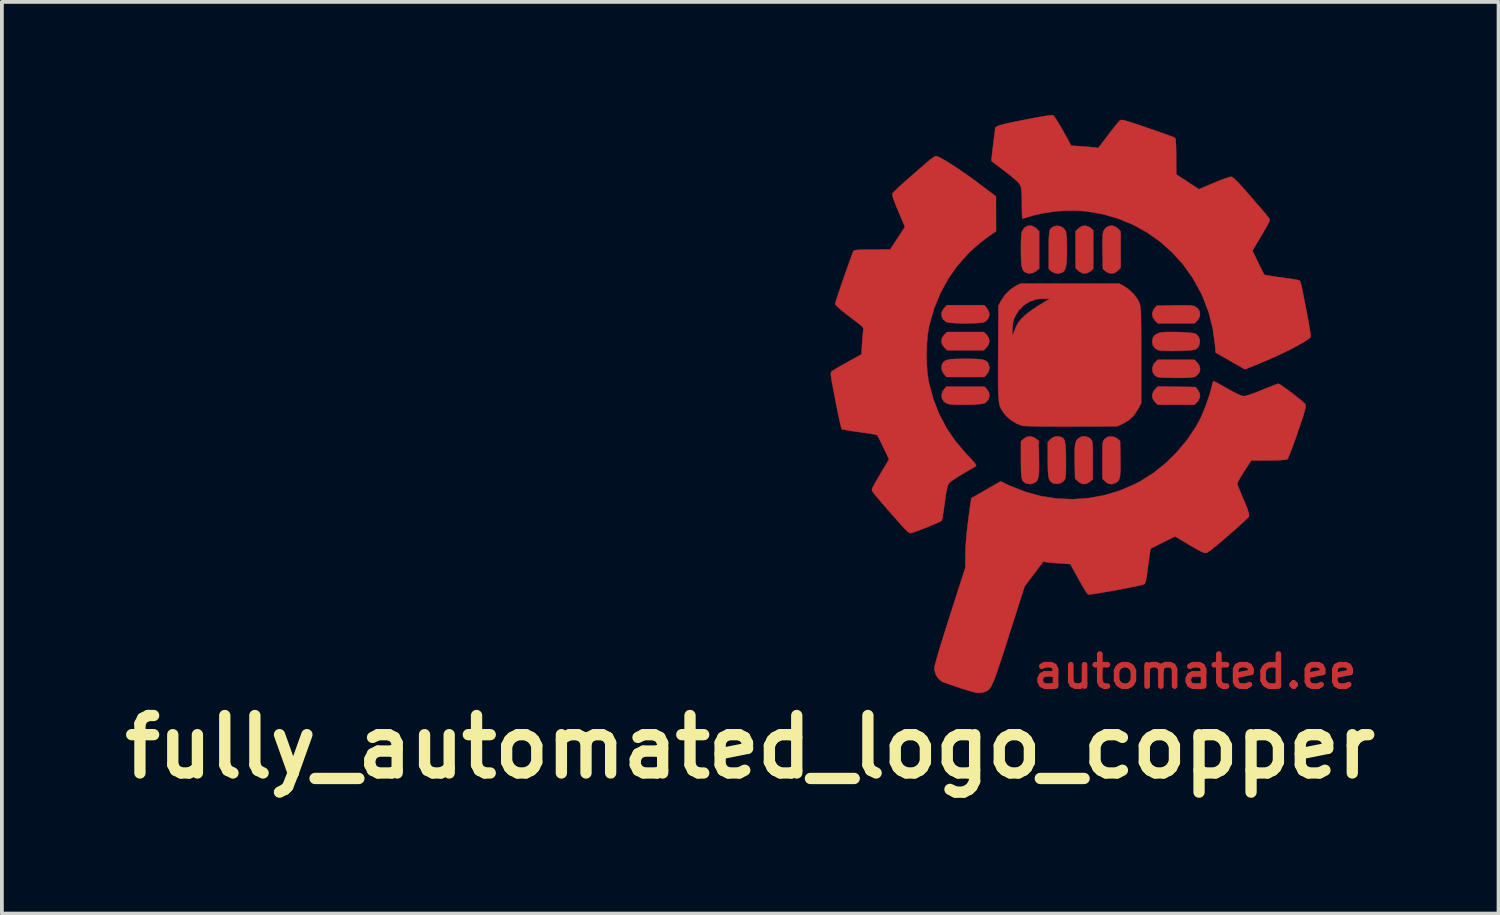
<source format=kicad_pcb>
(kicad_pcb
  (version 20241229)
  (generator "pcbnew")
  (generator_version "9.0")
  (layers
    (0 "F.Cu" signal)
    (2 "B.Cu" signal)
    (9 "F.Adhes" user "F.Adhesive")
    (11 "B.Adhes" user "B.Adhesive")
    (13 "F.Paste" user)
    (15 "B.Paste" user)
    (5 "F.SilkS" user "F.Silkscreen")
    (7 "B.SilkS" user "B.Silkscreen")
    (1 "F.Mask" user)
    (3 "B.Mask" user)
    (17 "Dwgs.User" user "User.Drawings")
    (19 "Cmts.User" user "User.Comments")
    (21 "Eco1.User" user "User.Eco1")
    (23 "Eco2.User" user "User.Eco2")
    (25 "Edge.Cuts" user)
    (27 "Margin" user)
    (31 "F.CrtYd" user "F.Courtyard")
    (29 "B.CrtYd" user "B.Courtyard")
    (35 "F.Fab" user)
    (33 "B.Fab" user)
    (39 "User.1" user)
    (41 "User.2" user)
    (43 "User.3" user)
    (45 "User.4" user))
  (footprint "fully_automated_logo_copper"
    (layer "F.Cu")
    (at 25.344 7.658)
    (property "Reference" "fully_automated_logo_copper" (at -8.5 9.1 0) (layer "F.SilkS") (effects (font (size 1.524 1.524) (thickness 0.3))))
    (attr exclude_from_pos_files exclude_from_bom)
    (fp_poly (pts (xy 0.491 -4.689) (xy 0.526 -4.663) (xy 0.597 -4.602) (xy 0.597 -3.577) (xy 0.526 -3.516) (xy 0.43 -3.462) (xy 0.329 -3.457) (xy 0.234 -3.501) (xy 0.201 -3.529) (xy 0.127 -3.603) (xy 0.127 -4.576) (xy 0.201 -4.65) (xy 0.293 -4.711) (xy 0.393 -4.724) (xy 0.491 -4.689)) (stroke (width 0.01) (type solid)) (fill yes) (layer "F.Cu"))
    (fp_poly (pts (xy 3.307 -0.445) (xy 3.368 -0.373) (xy 3.421 -0.277) (xy 3.426 -0.177) (xy 3.383 -0.081) (xy 3.355 -0.049) (xy 3.281 0.025) (xy 2.307 0.025) (xy 2.233 -0.049) (xy 2.171 -0.141) (xy 2.158 -0.238) (xy 2.194 -0.334) (xy 2.235 -0.384) (xy 2.311 -0.46) (xy 3.307 -0.445)) (stroke (width 0.01) (type solid)) (fill yes) (layer "F.Cu"))
    (fp_poly (pts (xy -2.233 -1.831) (xy -2.177 -1.756) (xy -2.159 -1.674) (xy -2.159 -1.664) (xy -2.174 -1.579) (xy -2.225 -1.505) (xy -2.233 -1.497) (xy -2.307 -1.422) (xy -3.281 -1.422) (xy -3.355 -1.497) (xy -3.411 -1.571) (xy -3.429 -1.654) (xy -3.429 -1.664) (xy -3.414 -1.748) (xy -3.363 -1.823) (xy -3.355 -1.831) (xy -3.281 -1.905) (xy -2.307 -1.905) (xy -2.233 -1.831)) (stroke (width 0.01) (type solid)) (fill yes) (layer "F.Cu"))
    (fp_poly (pts (xy 1.199 -4.688) (xy 1.247 -4.65) (xy 1.321 -4.576) (xy 1.321 -3.603) (xy 1.247 -3.529) (xy 1.155 -3.468) (xy 1.055 -3.455) (xy 0.956 -3.49) (xy 0.922 -3.516) (xy 0.851 -3.577) (xy 0.843 -4.04) (xy 0.841 -4.24) (xy 0.844 -4.392) (xy 0.85 -4.5) (xy 0.862 -4.566) (xy 0.865 -4.576) (xy 0.926 -4.666) (xy 1.009 -4.715) (xy 1.104 -4.724) (xy 1.199 -4.688)) (stroke (width 0.01) (type solid)) (fill yes) (layer "F.Cu"))
    (fp_poly (pts (xy 3.097 -2.611) (xy 3.204 -2.604) (xy 3.27 -2.593) (xy 3.281 -2.589) (xy 3.37 -2.529) (xy 3.42 -2.445) (xy 3.428 -2.35) (xy 3.393 -2.255) (xy 3.355 -2.208) (xy 3.281 -2.134) (xy 2.307 -2.134) (xy 2.233 -2.208) (xy 2.172 -2.3) (xy 2.159 -2.399) (xy 2.195 -2.498) (xy 2.22 -2.532) (xy 2.281 -2.603) (xy 2.744 -2.611) (xy 2.944 -2.613) (xy 3.097 -2.611)) (stroke (width 0.01) (type solid)) (fill yes) (layer "F.Cu"))
    (fp_poly (pts (xy -2.226 -0.39) (xy -2.169 -0.302) (xy -2.156 -0.206) (xy -2.183 -0.114) (xy -2.249 -0.039) (xy -2.3 -0.011) (xy -2.358 0.002) (xy -2.455 0.012) (xy -2.58 0.02) (xy -2.721 0.024) (xy -2.868 0.025) (xy -3.009 0.023) (xy -3.132 0.017) (xy -3.226 0.008) (xy -3.277 -0.003) (xy -3.365 -0.061) (xy -3.415 -0.144) (xy -3.425 -0.241) (xy -3.392 -0.339) (xy -3.363 -0.379) (xy -3.297 -0.457) (xy -2.293 -0.457) (xy -2.226 -0.39)) (stroke (width 0.01) (type solid)) (fill yes) (layer "F.Cu"))
    (fp_poly (pts (xy -2.225 -2.538) (xy -2.169 -2.44) (xy -2.16 -2.341) (xy -2.194 -2.251) (xy -2.27 -2.18) (xy -2.285 -2.172) (xy -2.343 -2.156) (xy -2.441 -2.144) (xy -2.566 -2.136) (xy -2.709 -2.132) (xy -2.858 -2.132) (xy -3.003 -2.136) (xy -3.132 -2.143) (xy -3.235 -2.154) (xy -3.3 -2.17) (xy -3.308 -2.173) (xy -3.388 -2.242) (xy -3.427 -2.33) (xy -3.423 -2.426) (xy -3.375 -2.519) (xy -3.355 -2.542) (xy -3.281 -2.616) (xy -2.291 -2.616) (xy -2.225 -2.538)) (stroke (width 0.01) (type solid)) (fill yes) (layer "F.Cu"))
    (fp_poly (pts (xy -2.609 -1.192) (xy -2.468 -1.187) (xy -2.363 -1.175) (xy -2.289 -1.157) (xy -2.237 -1.131) (xy -2.201 -1.094) (xy -2.185 -1.068) (xy -2.158 -0.969) (xy -2.172 -0.866) (xy -2.224 -0.78) (xy -2.226 -0.778) (xy -2.293 -0.711) (xy -3.297 -0.711) (xy -3.363 -0.789) (xy -3.417 -0.886) (xy -3.427 -0.989) (xy -3.403 -1.068) (xy -3.373 -1.111) (xy -3.332 -1.143) (xy -3.271 -1.166) (xy -3.185 -1.181) (xy -3.066 -1.19) (xy -2.907 -1.193) (xy -2.794 -1.194) (xy -2.609 -1.192)) (stroke (width 0.01) (type solid)) (fill yes) (layer "F.Cu"))
    (fp_poly (pts (xy -1.032 -4.72) (xy -0.939 -4.674) (xy -0.912 -4.65) (xy -0.838 -4.576) (xy -0.838 -3.586) (xy -0.916 -3.52) (xy -1.009 -3.469) (xy -1.111 -3.456) (xy -1.2 -3.482) (xy -1.241 -3.513) (xy -1.272 -3.556) (xy -1.294 -3.617) (xy -1.309 -3.705) (xy -1.317 -3.826) (xy -1.32 -3.987) (xy -1.321 -4.089) (xy -1.32 -4.262) (xy -1.316 -4.391) (xy -1.31 -4.484) (xy -1.299 -4.549) (xy -1.285 -4.593) (xy -1.282 -4.598) (xy -1.215 -4.681) (xy -1.128 -4.722) (xy -1.032 -4.72)) (stroke (width 0.01) (type solid)) (fill yes) (layer "F.Cu"))
    (fp_poly (pts (xy 3.355 -1.094) (xy 3.415 -1.004) (xy 3.431 -0.907) (xy 3.403 -0.816) (xy 3.332 -0.742) (xy 3.303 -0.724) (xy 3.262 -0.709) (xy 3.203 -0.699) (xy 3.118 -0.692) (xy 2.999 -0.688) (xy 2.838 -0.687) (xy 2.789 -0.687) (xy 2.641 -0.689) (xy 2.508 -0.693) (xy 2.399 -0.699) (xy 2.324 -0.705) (xy 2.295 -0.711) (xy 2.216 -0.767) (xy 2.171 -0.849) (xy 2.162 -0.944) (xy 2.191 -1.038) (xy 2.233 -1.094) (xy 2.307 -1.168) (xy 3.281 -1.168) (xy 3.355 -1.094)) (stroke (width 0.01) (type solid)) (fill yes) (layer "F.Cu"))
    (fp_poly (pts (xy -0.965 0.895) (xy -0.922 0.925) (xy -0.851 0.986) (xy -0.843 1.449) (xy -0.841 1.638) (xy -0.843 1.784) (xy -0.85 1.892) (xy -0.864 1.971) (xy -0.886 2.026) (xy -0.918 2.064) (xy -0.96 2.093) (xy -0.968 2.097) (xy -1.063 2.129) (xy -1.155 2.119) (xy -1.185 2.108) (xy -1.229 2.087) (xy -1.263 2.058) (xy -1.287 2.015) (xy -1.303 1.952) (xy -1.314 1.861) (xy -1.319 1.735) (xy -1.321 1.569) (xy -1.321 1.484) (xy -1.321 0.998) (xy -1.254 0.931) (xy -1.166 0.875) (xy -1.065 0.863) (xy -0.965 0.895)) (stroke (width 0.01) (type solid)) (fill yes) (layer "F.Cu"))
    (fp_poly (pts (xy 0.468 0.887) (xy 0.522 0.926) (xy 0.543 0.948) (xy 0.559 0.972) (xy 0.57 1.005) (xy 0.577 1.053) (xy 0.581 1.126) (xy 0.583 1.229) (xy 0.584 1.37) (xy 0.584 1.495) (xy 0.584 2.002) (xy 0.506 2.068) (xy 0.411 2.123) (xy 0.318 2.127) (xy 0.223 2.081) (xy 0.197 2.06) (xy 0.114 1.985) (xy 0.106 1.572) (xy 0.103 1.385) (xy 0.104 1.242) (xy 0.11 1.135) (xy 0.121 1.056) (xy 0.139 0.999) (xy 0.164 0.955) (xy 0.191 0.924) (xy 0.274 0.874) (xy 0.373 0.862) (xy 0.468 0.887)) (stroke (width 0.01) (type solid)) (fill yes) (layer "F.Cu"))
    (fp_poly (pts (xy 1.181 0.888) (xy 1.237 0.925) (xy 1.308 0.986) (xy 1.316 1.449) (xy 1.318 1.638) (xy 1.316 1.784) (xy 1.309 1.892) (xy 1.295 1.971) (xy 1.273 2.026) (xy 1.241 2.064) (xy 1.199 2.093) (xy 1.191 2.097) (xy 1.086 2.131) (xy 0.993 2.117) (xy 0.912 2.059) (xy 0.838 1.985) (xy 0.838 1.492) (xy 0.838 1.322) (xy 0.839 1.195) (xy 0.842 1.104) (xy 0.848 1.041) (xy 0.857 0.998) (xy 0.87 0.969) (xy 0.888 0.945) (xy 0.9 0.931) (xy 0.983 0.876) (xy 1.082 0.862) (xy 1.181 0.888)) (stroke (width 0.01) (type solid)) (fill yes) (layer "F.Cu"))
    (fp_poly (pts (xy -0.27 -4.706) (xy -0.186 -4.655) (xy -0.131 -4.573) (xy -0.13 -4.569) (xy -0.119 -4.514) (xy -0.111 -4.418) (xy -0.105 -4.291) (xy -0.102 -4.144) (xy -0.102 -4.085) (xy -0.104 -3.896) (xy -0.111 -3.752) (xy -0.126 -3.645) (xy -0.148 -3.569) (xy -0.18 -3.517) (xy -0.222 -3.483) (xy -0.225 -3.482) (xy -0.324 -3.455) (xy -0.428 -3.467) (xy -0.516 -3.516) (xy -0.517 -3.517) (xy -0.584 -3.579) (xy -0.583 -4.082) (xy -0.583 -4.263) (xy -0.58 -4.401) (xy -0.574 -4.502) (xy -0.564 -4.573) (xy -0.548 -4.622) (xy -0.524 -4.655) (xy -0.492 -4.679) (xy -0.465 -4.695) (xy -0.368 -4.721) (xy -0.27 -4.706)) (stroke (width 0.01) (type solid)) (fill yes) (layer "F.Cu"))
    (fp_poly (pts (xy 2.88 -1.902) (xy 3.018 -1.895) (xy 3.143 -1.886) (xy 3.242 -1.875) (xy 3.306 -1.861) (xy 3.319 -1.855) (xy 3.39 -1.782) (xy 3.423 -1.688) (xy 3.418 -1.589) (xy 3.376 -1.499) (xy 3.319 -1.446) (xy 3.274 -1.433) (xy 3.189 -1.422) (xy 3.073 -1.413) (xy 2.938 -1.407) (xy 2.794 -1.403) (xy 2.652 -1.402) (xy 2.52 -1.405) (xy 2.411 -1.411) (xy 2.335 -1.42) (xy 2.319 -1.424) (xy 2.228 -1.475) (xy 2.174 -1.559) (xy 2.159 -1.658) (xy 2.181 -1.761) (xy 2.245 -1.837) (xy 2.349 -1.884) (xy 2.394 -1.893) (xy 2.484 -1.901) (xy 2.602 -1.905) (xy 2.737 -1.905) (xy 2.88 -1.902)) (stroke (width 0.01) (type solid)) (fill yes) (layer "F.Cu"))
    (fp_poly (pts (xy -0.291 0.869) (xy -0.234 0.887) (xy -0.192 0.922) (xy -0.163 0.981) (xy -0.144 1.069) (xy -0.133 1.192) (xy -0.128 1.357) (xy -0.127 1.508) (xy -0.127 1.674) (xy -0.129 1.797) (xy -0.132 1.885) (xy -0.138 1.945) (xy -0.148 1.986) (xy -0.162 2.016) (xy -0.181 2.041) (xy -0.184 2.044) (xy -0.262 2.101) (xy -0.359 2.124) (xy -0.454 2.112) (xy -0.48 2.099) (xy -0.522 2.071) (xy -0.554 2.036) (xy -0.577 1.988) (xy -0.593 1.919) (xy -0.602 1.823) (xy -0.607 1.691) (xy -0.609 1.518) (xy -0.609 1.478) (xy -0.61 1.012) (xy -0.535 0.938) (xy -0.465 0.884) (xy -0.387 0.865) (xy -0.364 0.864) (xy -0.291 0.869)) (stroke (width 0.01) (type solid)) (fill yes) (layer "F.Cu"))
    (fp_poly (pts (xy 1.41 -3.12) (xy 1.541 -3.032) (xy 1.663 -2.916) (xy 1.762 -2.787) (xy 1.818 -2.679) (xy 1.829 -2.648) (xy 1.838 -2.614) (xy 1.846 -2.572) (xy 1.852 -2.517) (xy 1.857 -2.446) (xy 1.861 -2.354) (xy 1.863 -2.235) (xy 1.865 -2.086) (xy 1.866 -1.902) (xy 1.867 -1.678) (xy 1.867 -1.409) (xy 1.867 -1.283) (xy 1.867 -0.013) (xy 1.78 0.147) (xy 1.678 0.303) (xy 1.555 0.423) (xy 1.398 0.519) (xy 1.373 0.531) (xy 1.232 0.597) (xy 0.025 0.601) (xy -0.232 0.601) (xy -0.472 0.601) (xy -0.692 0.599) (xy -0.884 0.597) (xy -1.046 0.594) (xy -1.17 0.59) (xy -1.253 0.585) (xy -1.285 0.581) (xy -1.425 0.53) (xy -1.568 0.445) (xy -1.696 0.338) (xy -1.759 0.267) (xy -1.796 0.216) (xy -1.828 0.17) (xy -1.854 0.122) (xy -1.876 0.068) (xy -1.893 0.004) (xy -1.906 -0.076) (xy -1.915 -0.174) (xy -1.922 -0.297) (xy -1.926 -0.449) (xy -1.927 -0.634) (xy -1.927 -0.858) (xy -1.926 -1.123) (xy -1.925 -1.362) (xy -1.921 -1.959) (xy -1.548 -1.959) (xy -1.548 -1.791) (xy -1.499 -1.925) (xy -1.461 -2.02) (xy -1.417 -2.11) (xy -1.397 -2.147) (xy -1.313 -2.253) (xy -1.187 -2.37) (xy -1.027 -2.492) (xy -0.839 -2.615) (xy -0.812 -2.631) (xy -0.556 -2.781) (xy -0.713 -2.789) (xy -0.905 -2.774) (xy -1.085 -2.713) (xy -1.246 -2.612) (xy -1.381 -2.474) (xy -1.483 -2.304) (xy -1.512 -2.232) (xy -1.532 -2.149) (xy -1.545 -2.042) (xy -1.548 -1.959) (xy -1.921 -1.959) (xy -1.918 -2.603) (xy -1.85 -2.732) (xy -1.746 -2.886) (xy -1.613 -3.021) (xy -1.466 -3.122) (xy -1.454 -3.128) (xy -1.333 -3.188) (xy 1.283 -3.188) (xy 1.41 -3.12)) (stroke (width 0.01) (type solid)) (fill yes) (layer "F.Cu"))
    (fp_poly (pts (xy -3.563 -6.568) (xy -3.546 -6.563) (xy -3.476 -6.533) (xy -3.373 -6.477) (xy -3.242 -6.398) (xy -3.091 -6.302) (xy -2.927 -6.193) (xy -2.756 -6.074) (xy -2.584 -5.952) (xy -2.446 -5.849) (xy -1.983 -5.499) (xy -1.981 -4.573) (xy -2.051 -4.529) (xy -2.183 -4.438) (xy -2.335 -4.323) (xy -2.49 -4.195) (xy -2.634 -4.068) (xy -2.716 -3.989) (xy -3.006 -3.664) (xy -3.255 -3.309) (xy -3.463 -2.924) (xy -3.629 -2.514) (xy -3.752 -2.079) (xy -3.762 -2.032) (xy -3.795 -1.832) (xy -3.815 -1.598) (xy -3.824 -1.347) (xy -3.821 -1.093) (xy -3.805 -0.853) (xy -3.778 -0.64) (xy -3.764 -0.569) (xy -3.648 -0.136) (xy -3.492 0.267) (xy -3.295 0.643) (xy -3.054 0.996) (xy -2.768 1.33) (xy -2.746 1.353) (xy -2.64 1.464) (xy -2.568 1.545) (xy -2.525 1.6) (xy -2.509 1.634) (xy -2.515 1.651) (xy -2.515 1.652) (xy -2.728 1.776) (xy -2.899 1.879) (xy -3.032 1.961) (xy -3.13 2.026) (xy -3.195 2.075) (xy -3.232 2.111) (xy -3.235 2.114) (xy -3.256 2.153) (xy -3.276 2.215) (xy -3.296 2.306) (xy -3.317 2.433) (xy -3.34 2.602) (xy -3.345 2.633) (xy -3.365 2.779) (xy -3.384 2.907) (xy -3.401 3.009) (xy -3.415 3.076) (xy -3.423 3.1) (xy -3.46 3.122) (xy -3.534 3.156) (xy -3.636 3.2) (xy -3.754 3.249) (xy -3.878 3.299) (xy -4 3.346) (xy -4.107 3.386) (xy -4.191 3.415) (xy -4.241 3.428) (xy -4.247 3.429) (xy -4.277 3.421) (xy -4.319 3.393) (xy -4.376 3.341) (xy -4.453 3.26) (xy -4.555 3.147) (xy -4.625 3.068) (xy -4.791 2.878) (xy -4.926 2.723) (xy -5.034 2.598) (xy -5.118 2.5) (xy -5.18 2.426) (xy -5.224 2.371) (xy -5.252 2.331) (xy -5.267 2.303) (xy -5.273 2.283) (xy -5.273 2.267) (xy -5.268 2.252) (xy -5.25 2.213) (xy -5.21 2.138) (xy -5.153 2.037) (xy -5.085 1.919) (xy -5.035 1.834) (xy -4.818 1.471) (xy -4.966 1.161) (xy -5.022 1.045) (xy -5.071 0.946) (xy -5.109 0.872) (xy -5.13 0.833) (xy -5.132 0.83) (xy -5.162 0.82) (xy -5.234 0.805) (xy -5.339 0.788) (xy -5.47 0.768) (xy -5.599 0.751) (xy -5.746 0.73) (xy -5.875 0.71) (xy -5.979 0.692) (xy -6.048 0.677) (xy -6.074 0.668) (xy -6.085 0.637) (xy -6.103 0.563) (xy -6.129 0.453) (xy -6.16 0.311) (xy -6.194 0.146) (xy -6.231 -0.037) (xy -6.24 -0.087) (xy -6.281 -0.299) (xy -6.313 -0.467) (xy -6.336 -0.596) (xy -6.351 -0.692) (xy -6.359 -0.76) (xy -6.361 -0.805) (xy -6.356 -0.834) (xy -6.347 -0.852) (xy -6.344 -0.855) (xy -6.31 -0.879) (xy -6.24 -0.923) (xy -6.141 -0.982) (xy -6.023 -1.05) (xy -5.928 -1.103) (xy -5.55 -1.312) (xy -5.532 -1.602) (xy -5.524 -1.725) (xy -5.515 -1.836) (xy -5.507 -1.92) (xy -5.502 -1.96) (xy -5.5 -1.991) (xy -5.511 -2.022) (xy -5.543 -2.059) (xy -5.601 -2.109) (xy -5.692 -2.179) (xy -5.735 -2.211) (xy -5.909 -2.343) (xy -6.049 -2.454) (xy -6.154 -2.543) (xy -6.221 -2.607) (xy -6.248 -2.645) (xy -6.248 -2.648) (xy -6.24 -2.681) (xy -6.218 -2.755) (xy -6.183 -2.861) (xy -6.139 -2.992) (xy -6.089 -3.141) (xy -6.034 -3.3) (xy -5.978 -3.461) (xy -5.923 -3.618) (xy -5.872 -3.761) (xy -5.827 -3.885) (xy -5.792 -3.98) (xy -5.768 -4.041) (xy -5.76 -4.058) (xy -5.734 -4.07) (xy -5.676 -4.079) (xy -5.581 -4.086) (xy -5.445 -4.09) (xy -5.262 -4.091) (xy -5.261 -4.091) (xy -4.788 -4.093) (xy -4.397 -4.692) (xy -4.559 -5.074) (xy -4.624 -5.229) (xy -4.67 -5.346) (xy -4.702 -5.431) (xy -4.72 -5.493) (xy -4.728 -5.539) (xy -4.728 -5.577) (xy -4.727 -5.58) (xy -4.708 -5.604) (xy -4.656 -5.656) (xy -4.575 -5.732) (xy -4.472 -5.827) (xy -4.351 -5.935) (xy -4.249 -6.024) (xy -4.076 -6.175) (xy -3.937 -6.296) (xy -3.828 -6.39) (xy -3.744 -6.46) (xy -3.682 -6.51) (xy -3.637 -6.542) (xy -3.605 -6.561) (xy -3.581 -6.568) (xy -3.563 -6.568)) (stroke (width 0.01) (type solid)) (fill yes) (layer "F.Cu"))
    (fp_poly (pts (xy -0.463 -7.648) (xy -0.437 -7.619) (xy -0.391 -7.552) (xy -0.331 -7.457) (xy -0.262 -7.34) (xy -0.202 -7.234) (xy 0.014 -6.845) (xy 0.28 -6.828) (xy 0.402 -6.819) (xy 0.515 -6.81) (xy 0.603 -6.801) (xy 0.638 -6.797) (xy 0.73 -6.782) (xy 0.984 -7.119) (xy 1.073 -7.235) (xy 1.156 -7.34) (xy 1.225 -7.426) (xy 1.274 -7.484) (xy 1.292 -7.503) (xy 1.309 -7.516) (xy 1.328 -7.525) (xy 1.355 -7.527) (xy 1.395 -7.522) (xy 1.455 -7.507) (xy 1.54 -7.482) (xy 1.654 -7.445) (xy 1.805 -7.395) (xy 1.997 -7.329) (xy 2.038 -7.315) (xy 2.217 -7.254) (xy 2.381 -7.197) (xy 2.524 -7.146) (xy 2.639 -7.104) (xy 2.719 -7.074) (xy 2.76 -7.056) (xy 2.762 -7.055) (xy 2.775 -7.029) (xy 2.784 -6.971) (xy 2.79 -6.877) (xy 2.794 -6.741) (xy 2.796 -6.559) (xy 2.796 -6.556) (xy 2.798 -6.083) (xy 3.098 -5.887) (xy 3.399 -5.69) (xy 3.787 -5.855) (xy 3.922 -5.911) (xy 4.046 -5.958) (xy 4.148 -5.994) (xy 4.219 -6.016) (xy 4.245 -6.02) (xy 4.271 -6.015) (xy 4.305 -5.996) (xy 4.349 -5.96) (xy 4.408 -5.902) (xy 4.487 -5.818) (xy 4.589 -5.704) (xy 4.719 -5.555) (xy 4.73 -5.544) (xy 4.88 -5.37) (xy 5.001 -5.231) (xy 5.095 -5.122) (xy 5.166 -5.039) (xy 5.215 -4.978) (xy 5.248 -4.933) (xy 5.266 -4.902) (xy 5.274 -4.88) (xy 5.274 -4.863) (xy 5.27 -4.847) (xy 5.268 -4.842) (xy 5.25 -4.803) (xy 5.21 -4.728) (xy 5.153 -4.628) (xy 5.085 -4.51) (xy 5.034 -4.424) (xy 4.817 -4.06) (xy 4.967 -3.751) (xy 5.023 -3.636) (xy 5.072 -3.538) (xy 5.108 -3.465) (xy 5.128 -3.427) (xy 5.13 -3.424) (xy 5.159 -3.415) (xy 5.229 -3.402) (xy 5.333 -3.385) (xy 5.461 -3.366) (xy 5.575 -3.351) (xy 5.72 -3.332) (xy 5.85 -3.313) (xy 5.954 -3.296) (xy 6.024 -3.282) (xy 6.049 -3.275) (xy 6.062 -3.268) (xy 6.073 -3.26) (xy 6.083 -3.245) (xy 6.094 -3.218) (xy 6.106 -3.174) (xy 6.122 -3.108) (xy 6.142 -3.013) (xy 6.167 -2.886) (xy 6.2 -2.72) (xy 6.241 -2.51) (xy 6.247 -2.479) (xy 6.281 -2.301) (xy 6.311 -2.138) (xy 6.335 -1.996) (xy 6.352 -1.884) (xy 6.361 -1.807) (xy 6.362 -1.775) (xy 6.331 -1.739) (xy 6.259 -1.687) (xy 6.153 -1.621) (xy 6.017 -1.544) (xy 5.858 -1.46) (xy 5.682 -1.372) (xy 5.494 -1.283) (xy 5.301 -1.196) (xy 5.152 -1.133) (xy 5.001 -1.07) (xy 4.865 -1.014) (xy 4.753 -0.968) (xy 4.671 -0.935) (xy 4.626 -0.918) (xy 4.619 -0.916) (xy 4.595 -0.928) (xy 4.535 -0.962) (xy 4.445 -1.013) (xy 4.332 -1.077) (xy 4.226 -1.138) (xy 3.841 -1.359) (xy 3.824 -1.575) (xy 3.765 -2.004) (xy 3.659 -2.42) (xy 3.504 -2.829) (xy 3.443 -2.959) (xy 3.23 -3.343) (xy 2.978 -3.696) (xy 2.691 -4.014) (xy 2.373 -4.297) (xy 2.026 -4.543) (xy 1.654 -4.748) (xy 1.26 -4.911) (xy 0.847 -5.03) (xy 0.419 -5.102) (xy 0.152 -5.123) (xy -0.125 -5.123) (xy -0.416 -5.1) (xy -0.706 -5.059) (xy -0.979 -5) (xy -1.22 -4.926) (xy -1.251 -4.914) (xy -1.268 -4.911) (xy -1.28 -4.921) (xy -1.288 -4.952) (xy -1.292 -5.01) (xy -1.295 -5.103) (xy -1.296 -5.236) (xy -1.296 -5.3) (xy -1.297 -5.462) (xy -1.301 -5.583) (xy -1.308 -5.672) (xy -1.319 -5.736) (xy -1.336 -5.785) (xy -1.341 -5.796) (xy -1.372 -5.845) (xy -1.428 -5.906) (xy -1.514 -5.982) (xy -1.635 -6.08) (xy -1.74 -6.161) (xy -1.855 -6.249) (xy -1.956 -6.325) (xy -2.035 -6.386) (xy -2.087 -6.425) (xy -2.103 -6.438) (xy -2.102 -6.464) (xy -2.096 -6.532) (xy -2.085 -6.634) (xy -2.07 -6.759) (xy -2.059 -6.848) (xy -2.041 -6.987) (xy -2.026 -7.109) (xy -2.014 -7.204) (xy -2.008 -7.264) (xy -2.007 -7.279) (xy -2.003 -7.307) (xy -1.988 -7.332) (xy -1.957 -7.355) (xy -1.904 -7.378) (xy -1.826 -7.402) (xy -1.716 -7.43) (xy -1.57 -7.462) (xy -1.382 -7.5) (xy -1.225 -7.531) (xy -0.991 -7.577) (xy -0.803 -7.611) (xy -0.659 -7.635) (xy -0.556 -7.648) (xy -0.492 -7.653) (xy -0.463 -7.648)) (stroke (width 0.01) (type solid)) (fill yes) (layer "F.Cu"))
    (fp_poly (pts (xy 3.795 -0.601) (xy 3.826 -0.585) (xy 3.893 -0.549) (xy 3.988 -0.497) (xy 4.101 -0.433) (xy 4.165 -0.397) (xy 4.317 -0.313) (xy 4.433 -0.255) (xy 4.518 -0.22) (xy 4.58 -0.205) (xy 4.597 -0.204) (xy 4.654 -0.214) (xy 4.749 -0.243) (xy 4.873 -0.287) (xy 5.018 -0.344) (xy 5.078 -0.369) (xy 5.211 -0.424) (xy 5.329 -0.471) (xy 5.423 -0.507) (xy 5.485 -0.528) (xy 5.505 -0.533) (xy 5.538 -0.518) (xy 5.603 -0.477) (xy 5.689 -0.416) (xy 5.79 -0.342) (xy 5.897 -0.262) (xy 6.001 -0.18) (xy 6.094 -0.105) (xy 6.167 -0.042) (xy 6.213 0.003) (xy 6.223 0.015) (xy 6.23 0.037) (xy 6.229 0.071) (xy 6.22 0.122) (xy 6.201 0.196) (xy 6.171 0.298) (xy 6.127 0.434) (xy 6.068 0.608) (xy 6.019 0.752) (xy 5.957 0.93) (xy 5.899 1.093) (xy 5.846 1.234) (xy 5.802 1.347) (xy 5.768 1.427) (xy 5.747 1.465) (xy 5.745 1.467) (xy 5.71 1.48) (xy 5.64 1.489) (xy 5.529 1.495) (xy 5.374 1.499) (xy 5.247 1.5) (xy 4.788 1.501) (xy 4.597 1.794) (xy 4.528 1.903) (xy 4.472 1.999) (xy 4.432 2.074) (xy 4.415 2.117) (xy 4.414 2.123) (xy 4.427 2.158) (xy 4.455 2.231) (xy 4.497 2.332) (xy 4.547 2.452) (xy 4.571 2.509) (xy 4.634 2.66) (xy 4.679 2.772) (xy 4.708 2.855) (xy 4.724 2.916) (xy 4.729 2.962) (xy 4.727 2.988) (xy 4.708 3.011) (xy 4.655 3.063) (xy 4.574 3.14) (xy 4.469 3.235) (xy 4.344 3.346) (xy 4.207 3.467) (xy 4.188 3.483) (xy 3.997 3.648) (xy 3.842 3.777) (xy 3.722 3.872) (xy 3.638 3.931) (xy 3.589 3.956) (xy 3.585 3.957) (xy 3.54 3.95) (xy 3.467 3.921) (xy 3.363 3.868) (xy 3.223 3.789) (xy 3.141 3.74) (xy 2.765 3.516) (xy 2.447 3.674) (xy 2.332 3.731) (xy 2.233 3.781) (xy 2.16 3.819) (xy 2.122 3.84) (xy 2.118 3.842) (xy 2.112 3.87) (xy 2.1 3.939) (xy 2.085 4.041) (xy 2.068 4.167) (xy 2.057 4.244) (xy 2.035 4.419) (xy 2.017 4.551) (xy 2.002 4.645) (xy 1.988 4.709) (xy 1.975 4.749) (xy 1.961 4.772) (xy 1.944 4.784) (xy 1.935 4.788) (xy 1.883 4.803) (xy 1.793 4.825) (xy 1.672 4.85) (xy 1.527 4.879) (xy 1.367 4.91) (xy 1.2 4.941) (xy 1.032 4.971) (xy 0.873 4.999) (xy 0.729 5.023) (xy 0.608 5.041) (xy 0.518 5.053) (xy 0.468 5.057) (xy 0.46 5.056) (xy 0.435 5.027) (xy 0.391 4.961) (xy 0.332 4.866) (xy 0.264 4.749) (xy 0.203 4.641) (xy -0.013 4.249) (xy -0.279 4.231) (xy -0.402 4.223) (xy -0.515 4.213) (xy -0.603 4.205) (xy -0.638 4.2) (xy -0.729 4.186) (xy -0.977 4.513) (xy -1.224 4.841) (xy -1.641 6.147) (xy -1.737 6.447) (xy -1.819 6.702) (xy -1.89 6.917) (xy -1.949 7.094) (xy -2.001 7.238) (xy -2.045 7.353) (xy -2.084 7.441) (xy -2.119 7.508) (xy -2.152 7.556) (xy -2.186 7.59) (xy -2.22 7.613) (xy -2.258 7.63) (xy -2.301 7.643) (xy -2.31 7.646) (xy -2.366 7.659) (xy -2.419 7.665) (xy -2.478 7.662) (xy -2.551 7.649) (xy -2.647 7.624) (xy -2.773 7.586) (xy -2.939 7.533) (xy -2.945 7.531) (xy -3.087 7.484) (xy -3.215 7.44) (xy -3.322 7.402) (xy -3.396 7.374) (xy -3.425 7.361) (xy -3.51 7.29) (xy -3.576 7.187) (xy -3.611 7.069) (xy -3.615 7.014) (xy -3.608 6.961) (xy -3.586 6.867) (xy -3.548 6.73) (xy -3.496 6.55) (xy -3.428 6.326) (xy -3.344 6.056) (xy -3.243 5.74) (xy -3.204 5.617) (xy -2.794 4.339) (xy -2.794 4.003) (xy -2.787 3.777) (xy -2.767 3.509) (xy -2.732 3.195) (xy -2.718 3.087) (xy -2.697 2.922) (xy -2.677 2.775) (xy -2.66 2.652) (xy -2.646 2.562) (xy -2.638 2.511) (xy -2.636 2.502) (xy -2.613 2.489) (xy -2.553 2.454) (xy -2.463 2.402) (xy -2.351 2.338) (xy -2.246 2.277) (xy -1.862 2.057) (xy -1.623 2.169) (xy -1.217 2.331) (xy -0.8 2.446) (xy -0.375 2.512) (xy 0.052 2.53) (xy 0.478 2.5) (xy 0.899 2.423) (xy 1.311 2.298) (xy 1.71 2.125) (xy 1.844 2.054) (xy 2.188 1.837) (xy 2.513 1.578) (xy 2.814 1.282) (xy 3.084 0.959) (xy 3.315 0.614) (xy 3.433 0.398) (xy 3.488 0.28) (xy 3.547 0.135) (xy 3.606 -0.024) (xy 3.661 -0.184) (xy 3.707 -0.33) (xy 3.739 -0.451) (xy 3.749 -0.503) (xy 3.766 -0.572) (xy 3.788 -0.601) (xy 3.795 -0.601)) (stroke (width 0.01) (type solid)) (fill yes) (layer "F.Cu"))
    (fp_text user "automated.ee" (at 3.3 7.1 0) (layer "F.Cu") (effects (font (size 0.85 0.85) (thickness 0.15)))))
  (gr_rect
    (start -3 -3)
    (end 36.688 21.176)
    (stroke (width 0.1) (type default))
    (fill no)
    (layer "Edge.Cuts")))
</source>
